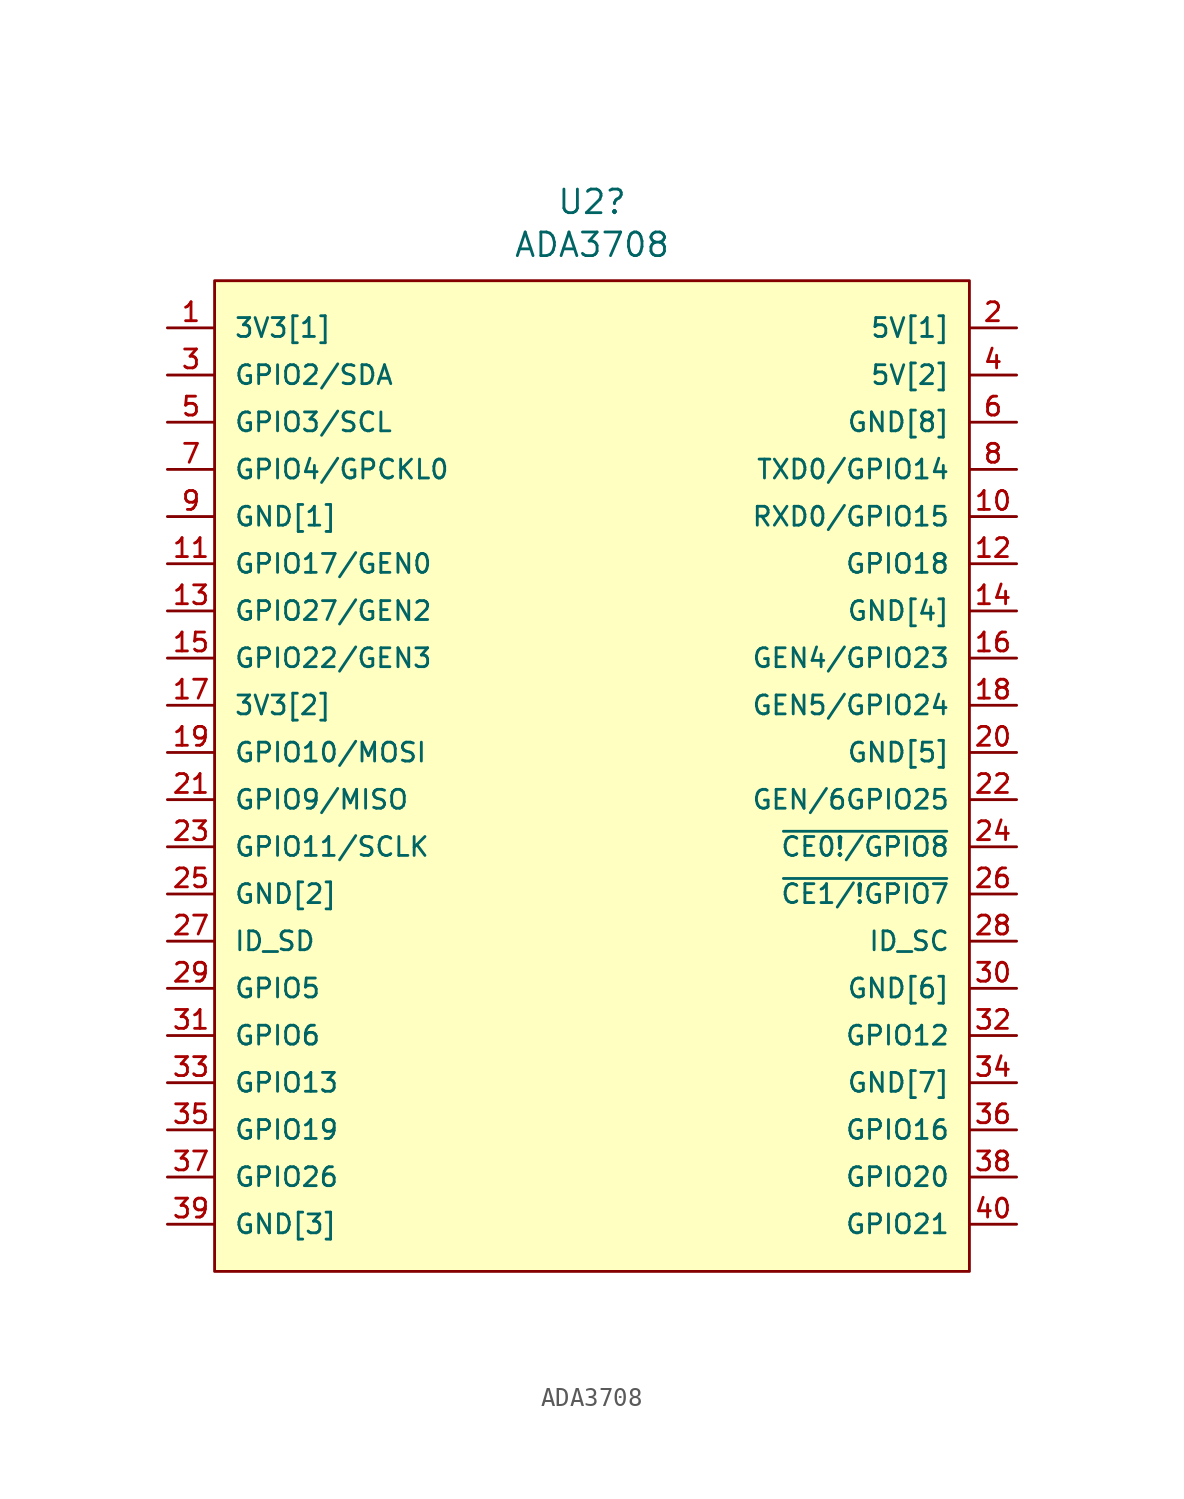
<source format=kicad_sym>
(kicad_symbol_lib
  (version 20211014)
  (generator kicad_symbol_editor)
  (symbol "ADA3708"
    (pin_names
      (offset 1.016))
    (property "Reference" "U2"
      (at 0 29.642 0)
      (effects (font (size 1.27 1.27))))
    (property "Value" "ADA3708"
      (at 0 27.33 0)
      (effects (font (size 1.27 1.27))))
    (property "ki_locked" ""
      (at 0 0 0)
      (effects (font (size 1.27 1.27))))
    (symbol "ADA3708_0_0"
      (pin power_in line (at -22.86 22.86 0) (length 2.54) (name "3V3[1]" (effects (font (size 1.016 1.016)))) (number "1" (effects (font (size 1.016 1.016)))))
      (pin bidirectional line (at 22.86 12.7 180) (length 2.54) (name "RXD0/GPIO15" (effects (font (size 1.016 1.016)))) (number "10" (effects (font (size 1.016 1.016)))))
      (pin bidirectional line (at -22.86 10.16 0) (length 2.54) (name "GPIO17/GEN0" (effects (font (size 1.016 1.016)))) (number "11" (effects (font (size 1.016 1.016)))))
      (pin bidirectional line (at 22.86 10.16 180) (length 2.54) (name "GPIO18" (effects (font (size 1.016 1.016)))) (number "12" (effects (font (size 1.016 1.016)))))
      (pin bidirectional line (at -22.86 7.62 0) (length 2.54) (name "GPIO27/GEN2" (effects (font (size 1.016 1.016)))) (number "13" (effects (font (size 1.016 1.016)))))
      (pin power_in line (at 22.86 7.62 180) (length 2.54) (name "GND[4]" (effects (font (size 1.016 1.016)))) (number "14" (effects (font (size 1.016 1.016)))))
      (pin bidirectional line (at -22.86 5.08 0) (length 2.54) (name "GPIO22/GEN3" (effects (font (size 1.016 1.016)))) (number "15" (effects (font (size 1.016 1.016)))))
      (pin bidirectional line (at 22.86 5.08 180) (length 2.54) (name "GEN4/GPIO23" (effects (font (size 1.016 1.016)))) (number "16" (effects (font (size 1.016 1.016)))))
      (pin power_in line (at -22.86 2.54 0) (length 2.54) (name "3V3[2]" (effects (font (size 1.016 1.016)))) (number "17" (effects (font (size 1.016 1.016)))))
      (pin bidirectional line (at 22.86 2.54 180) (length 2.54) (name "GEN5/GPIO24" (effects (font (size 1.016 1.016)))) (number "18" (effects (font (size 1.016 1.016)))))
      (pin bidirectional line (at -22.86 0 0) (length 2.54) (name "GPIO10/MOSI" (effects (font (size 1.016 1.016)))) (number "19" (effects (font (size 1.016 1.016)))))
      (pin power_in line (at 22.86 22.86 180) (length 2.54) (name "5V[1]" (effects (font (size 1.016 1.016)))) (number "2" (effects (font (size 1.016 1.016)))))
      (pin power_in line (at 22.86 0 180) (length 2.54) (name "GND[5]" (effects (font (size 1.016 1.016)))) (number "20" (effects (font (size 1.016 1.016)))))
      (pin bidirectional line (at -22.86 -2.54 0) (length 2.54) (name "GPIO9/MISO" (effects (font (size 1.016 1.016)))) (number "21" (effects (font (size 1.016 1.016)))))
      (pin bidirectional line (at 22.86 -2.54 180) (length 2.54) (name "GEN/6GPIO25" (effects (font (size 1.016 1.016)))) (number "22" (effects (font (size 1.016 1.016)))))
      (pin bidirectional line (at -22.86 -5.08 0) (length 2.54) (name "GPIO11/SCLK" (effects (font (size 1.016 1.016)))) (number "23" (effects (font (size 1.016 1.016)))))
      (pin bidirectional line (at 22.86 -5.08 180) (length 2.54) (name "~{CE0!/GPIO8}" (effects (font (size 1.016 1.016)))) (number "24" (effects (font (size 1.016 1.016)))))
      (pin power_in line (at -22.86 -7.62 0) (length 2.54) (name "GND[2]" (effects (font (size 1.016 1.016)))) (number "25" (effects (font (size 1.016 1.016)))))
      (pin bidirectional line (at 22.86 -7.62 180) (length 2.54) (name "~{CE1/!GPIO7}" (effects (font (size 1.016 1.016)))) (number "26" (effects (font (size 1.016 1.016)))))
      (pin bidirectional line (at -22.86 -10.16 0) (length 2.54) (name "ID_SD" (effects (font (size 1.016 1.016)))) (number "27" (effects (font (size 1.016 1.016)))))
      (pin bidirectional line (at 22.86 -10.16 180) (length 2.54) (name "ID_SC" (effects (font (size 1.016 1.016)))) (number "28" (effects (font (size 1.016 1.016)))))
      (pin bidirectional line (at -22.86 -12.7 0) (length 2.54) (name "GPIO5" (effects (font (size 1.016 1.016)))) (number "29" (effects (font (size 1.016 1.016)))))
      (pin bidirectional line (at -22.86 20.32 0) (length 2.54) (name "GPIO2/SDA" (effects (font (size 1.016 1.016)))) (number "3" (effects (font (size 1.016 1.016)))))
      (pin power_in line (at 22.86 -12.7 180) (length 2.54) (name "GND[6]" (effects (font (size 1.016 1.016)))) (number "30" (effects (font (size 1.016 1.016)))))
      (pin bidirectional line (at -22.86 -15.24 0) (length 2.54) (name "GPIO6" (effects (font (size 1.016 1.016)))) (number "31" (effects (font (size 1.016 1.016)))))
      (pin bidirectional line (at 22.86 -15.24 180) (length 2.54) (name "GPIO12" (effects (font (size 1.016 1.016)))) (number "32" (effects (font (size 1.016 1.016)))))
      (pin bidirectional line (at -22.86 -17.78 0) (length 2.54) (name "GPIO13" (effects (font (size 1.016 1.016)))) (number "33" (effects (font (size 1.016 1.016)))))
      (pin power_in line (at 22.86 -17.78 180) (length 2.54) (name "GND[7]" (effects (font (size 1.016 1.016)))) (number "34" (effects (font (size 1.016 1.016)))))
      (pin bidirectional line (at -22.86 -20.32 0) (length 2.54) (name "GPIO19" (effects (font (size 1.016 1.016)))) (number "35" (effects (font (size 1.016 1.016)))))
      (pin bidirectional line (at 22.86 -20.32 180) (length 2.54) (name "GPIO16" (effects (font (size 1.016 1.016)))) (number "36" (effects (font (size 1.016 1.016)))))
      (pin bidirectional line (at -22.86 -22.86 0) (length 2.54) (name "GPIO26" (effects (font (size 1.016 1.016)))) (number "37" (effects (font (size 1.016 1.016)))))
      (pin bidirectional line (at 22.86 -22.86 180) (length 2.54) (name "GPIO20" (effects (font (size 1.016 1.016)))) (number "38" (effects (font (size 1.016 1.016)))))
      (pin power_in line (at -22.86 -25.4 0) (length 2.54) (name "GND[3]" (effects (font (size 1.016 1.016)))) (number "39" (effects (font (size 1.016 1.016)))))
      (pin power_in line (at 22.86 20.32 180) (length 2.54) (name "5V[2]" (effects (font (size 1.016 1.016)))) (number "4" (effects (font (size 1.016 1.016)))))
      (pin bidirectional line (at 22.86 -25.4 180) (length 2.54) (name "GPIO21" (effects (font (size 1.016 1.016)))) (number "40" (effects (font (size 1.016 1.016)))))
      (pin bidirectional line (at -22.86 17.78 0) (length 2.54) (name "GPIO3/SCL" (effects (font (size 1.016 1.016)))) (number "5" (effects (font (size 1.016 1.016)))))
      (pin power_in line (at 22.86 17.78 180) (length 2.54) (name "GND[8]" (effects (font (size 1.016 1.016)))) (number "6" (effects (font (size 1.016 1.016)))))
      (pin bidirectional line (at -22.86 15.24 0) (length 2.54) (name "GPIO4/GPCKL0" (effects (font (size 1.016 1.016)))) (number "7" (effects (font (size 1.016 1.016)))))
      (pin bidirectional line (at 22.86 15.24 180) (length 2.54) (name "TXD0/GPIO14" (effects (font (size 1.016 1.016)))) (number "8" (effects (font (size 1.016 1.016)))))
      (pin power_in line (at -22.86 12.7 0) (length 2.54) (name "GND[1]" (effects (font (size 1.016 1.016)))) (number "9" (effects (font (size 1.016 1.016))))))
    (symbol "ADA3708_1_1"
      (rectangle (start -20.32 25.4) (end 20.32 -27.94) (stroke (width 0) (type default) (color 0 0 0 0)) (fill (type background))))))
</source>
